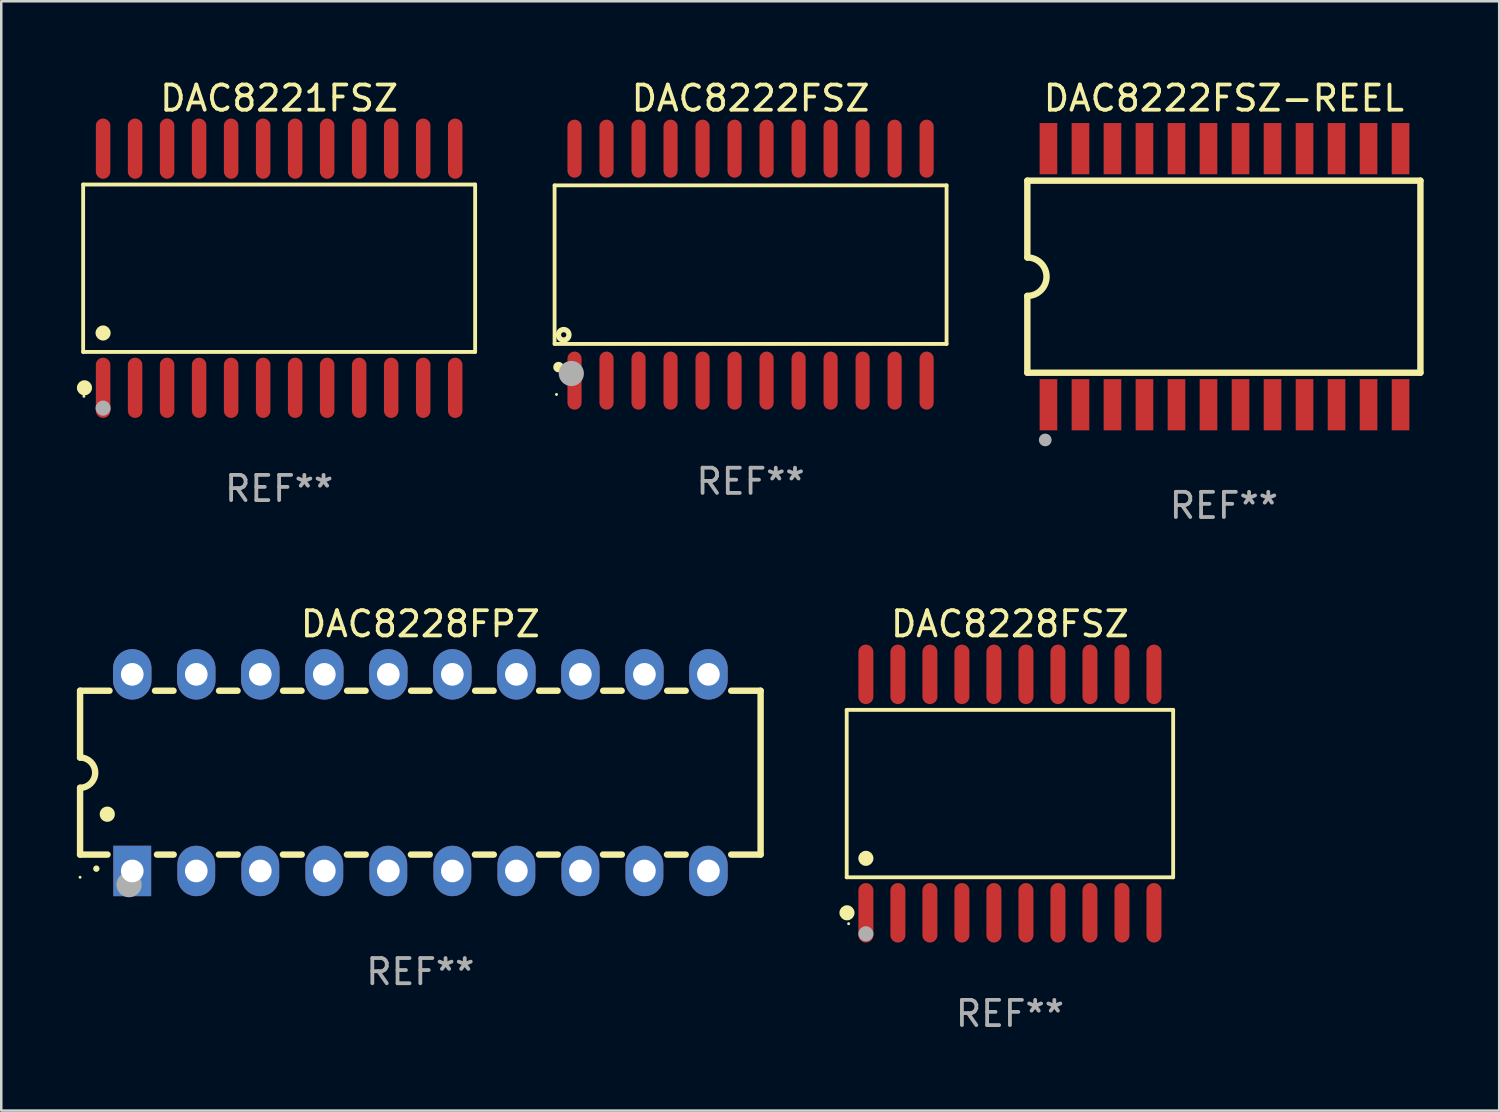
<source format=kicad_pcb>
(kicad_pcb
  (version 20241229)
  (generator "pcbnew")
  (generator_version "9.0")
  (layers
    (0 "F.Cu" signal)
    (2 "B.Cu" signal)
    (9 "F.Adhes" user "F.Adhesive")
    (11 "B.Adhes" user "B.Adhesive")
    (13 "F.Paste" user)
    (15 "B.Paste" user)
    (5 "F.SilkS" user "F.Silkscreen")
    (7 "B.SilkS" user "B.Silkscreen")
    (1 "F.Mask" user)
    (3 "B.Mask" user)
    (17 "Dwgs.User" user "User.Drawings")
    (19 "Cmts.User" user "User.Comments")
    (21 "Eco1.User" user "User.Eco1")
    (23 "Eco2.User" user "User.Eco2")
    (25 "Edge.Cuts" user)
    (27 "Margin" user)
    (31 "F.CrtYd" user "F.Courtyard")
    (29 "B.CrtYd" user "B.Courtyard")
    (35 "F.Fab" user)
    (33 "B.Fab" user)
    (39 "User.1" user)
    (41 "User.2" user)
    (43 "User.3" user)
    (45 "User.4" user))
  (footprint "DAC8222FSZ-REEL"
    (layer "F.Cu")
    (at 45.507 7.928)
    (property "Reference" "DAC8222FSZ-REEL" (at 0 -7.08 0) (layer "F.SilkS") (effects (font (size 1 1) (thickness 0.15))))
    (attr through_hole)
    (fp_line (start -7.798 -3.81) (end -7.798 -0.762) (stroke (width 0.254) (type solid)) (layer "F.SilkS"))
    (fp_line (start -7.798 3.81) (end -7.798 0.762) (stroke (width 0.254) (type solid)) (layer "F.SilkS"))
    (fp_line (start 7.798 -3.81) (end -7.798 -3.81) (stroke (width 0.254) (type solid)) (layer "F.SilkS"))
    (fp_line (start 7.798 3.81) (end -7.798 3.81) (stroke (width 0.254) (type solid)) (layer "F.SilkS"))
    (fp_line (start 7.798 3.81) (end 7.798 -3.81) (stroke (width 0.254) (type solid)) (layer "F.SilkS"))
    (fp_arc (start -7.797791 -0.762002) (mid -7.03579 -0.000001) (end -7.79779 0.762002) (stroke (width 0.254001) (type solid)) (layer "F.SilkS"))
    (fp_circle (center -7.825 3.75) (end -7.795 3.75) (stroke (width 0.06) (type solid)) (fill no) (layer "F.SilkS"))
    (fp_circle (center -7.087 6.477) (end -6.96 6.477) (stroke (width 0.254) (type solid)) (fill no) (layer "F.Fab"))
    (fp_text user "REF**" (at 0 9.08 0) (layer "F.Fab") (effects (font (size 1 1) (thickness 0.15))))
    (pad "1" smd rect (at -6.96 5.08 90) (size 2.032 0.7) (layers "F.Cu" "F.Mask" "F.Paste"))
    (pad "2" smd rect (at -5.69 5.08 90) (size 2.032 0.7) (layers "F.Cu" "F.Mask" "F.Paste"))
    (pad "3" smd rect (at -4.42 5.08 90) (size 2.032 0.7) (layers "F.Cu" "F.Mask" "F.Paste"))
    (pad "4" smd rect (at -3.15 5.08 90) (size 2.032 0.7) (layers "F.Cu" "F.Mask" "F.Paste"))
    (pad "5" smd rect (at -1.88 5.08 90) (size 2.032 0.7) (layers "F.Cu" "F.Mask" "F.Paste"))
    (pad "6" smd rect (at -0.61 5.08 90) (size 2.032 0.7) (layers "F.Cu" "F.Mask" "F.Paste"))
    (pad "7" smd rect (at 0.66 5.08 90) (size 2.032 0.7) (layers "F.Cu" "F.Mask" "F.Paste"))
    (pad "8" smd rect (at 1.93 5.08 90) (size 2.032 0.7) (layers "F.Cu" "F.Mask" "F.Paste"))
    (pad "9" smd rect (at 3.2 5.08 90) (size 2.032 0.7) (layers "F.Cu" "F.Mask" "F.Paste"))
    (pad "10" smd rect (at 4.47 5.08 90) (size 2.032 0.7) (layers "F.Cu" "F.Mask" "F.Paste"))
    (pad "11" smd rect (at 5.74 5.08 90) (size 2.032 0.7) (layers "F.Cu" "F.Mask" "F.Paste"))
    (pad "12" smd rect (at 7.01 5.08 90) (size 2.032 0.7) (layers "F.Cu" "F.Mask" "F.Paste"))
    (pad "13" smd rect (at 7.01 -5.08 90) (size 2.032 0.7) (layers "F.Cu" "F.Mask" "F.Paste"))
    (pad "14" smd rect (at 5.74 -5.08 90) (size 2.032 0.7) (layers "F.Cu" "F.Mask" "F.Paste"))
    (pad "15" smd rect (at 4.47 -5.08 90) (size 2.032 0.7) (layers "F.Cu" "F.Mask" "F.Paste"))
    (pad "16" smd rect (at 3.2 -5.08 90) (size 2.032 0.7) (layers "F.Cu" "F.Mask" "F.Paste"))
    (pad "17" smd rect (at 1.93 -5.08 90) (size 2.032 0.7) (layers "F.Cu" "F.Mask" "F.Paste"))
    (pad "18" smd rect (at 0.66 -5.08 90) (size 2.032 0.7) (layers "F.Cu" "F.Mask" "F.Paste"))
    (pad "19" smd rect (at -0.61 -5.08 90) (size 2.032 0.7) (layers "F.Cu" "F.Mask" "F.Paste"))
    (pad "20" smd rect (at -1.88 -5.08 90) (size 2.032 0.7) (layers "F.Cu" "F.Mask" "F.Paste"))
    (pad "21" smd rect (at -3.15 -5.08 90) (size 2.032 0.7) (layers "F.Cu" "F.Mask" "F.Paste"))
    (pad "22" smd rect (at -4.42 -5.08 90) (size 2.032 0.7) (layers "F.Cu" "F.Mask" "F.Paste"))
    (pad "23" smd rect (at -5.69 -5.08 90) (size 2.032 0.7) (layers "F.Cu" "F.Mask" "F.Paste"))
    (pad "24" smd rect (at -6.96 -5.08 90) (size 2.032 0.7) (layers "F.Cu" "F.Mask" "F.Paste")))
  (footprint "DAC8222FSZ"
    (layer "F.Cu")
    (at 26.729 7.45)
    (property "Reference" "DAC8222FSZ" (at 0 -6.601 0) (layer "F.SilkS") (effects (font (size 1 1) (thickness 0.15))))
    (attr through_hole)
    (fp_line (start -7.776 -3.145) (end 7.776 -3.145) (stroke (width 0.152) (type solid)) (layer "F.SilkS"))
    (fp_line (start -7.776 3.145) (end -7.776 -3.145) (stroke (width 0.152) (type solid)) (layer "F.SilkS"))
    (fp_line (start 7.776 -3.145) (end 7.776 3.145) (stroke (width 0.152) (type solid)) (layer "F.SilkS"))
    (fp_line (start 7.776 3.145) (end -7.776 3.145) (stroke (width 0.152) (type solid)) (layer "F.SilkS"))
    (fp_circle (center -7.7 5.15) (end -7.67 5.15) (stroke (width 0.06) (type solid)) (fill no) (layer "F.SilkS"))
    (fp_circle (center -7.62 4.064) (end -7.515 4.064) (stroke (width 0.209) (type solid)) (fill no) (layer "F.SilkS"))
    (fp_circle (center -7.414 2.783) (end -7.31 2.783) (stroke (width 0.209) (type solid)) (fill no) (layer "F.SilkS"))
    (fp_circle (center -7.112 4.318) (end -6.862 4.318) (stroke (width 0.5) (type solid)) (fill no) (layer "F.Fab"))
    (fp_text user "REF**" (at 0 8.601 0) (layer "F.Fab") (effects (font (size 1 1) (thickness 0.15))))
    (pad "1" smd oval (at -6.985 4.601) (size 0.56 2.303) (layers "F.Cu" "F.Mask" "F.Paste"))
    (pad "2" smd oval (at -5.715 4.601) (size 0.56 2.303) (layers "F.Cu" "F.Mask" "F.Paste"))
    (pad "3" smd oval (at -4.445 4.601) (size 0.56 2.303) (layers "F.Cu" "F.Mask" "F.Paste"))
    (pad "4" smd oval (at -3.175 4.601) (size 0.56 2.303) (layers "F.Cu" "F.Mask" "F.Paste"))
    (pad "5" smd oval (at -1.905 4.601) (size 0.56 2.303) (layers "F.Cu" "F.Mask" "F.Paste"))
    (pad "6" smd oval (at -0.635 4.601) (size 0.56 2.303) (layers "F.Cu" "F.Mask" "F.Paste"))
    (pad "7" smd oval (at 0.635 4.601) (size 0.56 2.303) (layers "F.Cu" "F.Mask" "F.Paste"))
    (pad "8" smd oval (at 1.905 4.601) (size 0.56 2.303) (layers "F.Cu" "F.Mask" "F.Paste"))
    (pad "9" smd oval (at 3.175 4.601) (size 0.56 2.303) (layers "F.Cu" "F.Mask" "F.Paste"))
    (pad "10" smd oval (at 4.445 4.601) (size 0.56 2.303) (layers "F.Cu" "F.Mask" "F.Paste"))
    (pad "11" smd oval (at 5.715 4.601) (size 0.56 2.303) (layers "F.Cu" "F.Mask" "F.Paste"))
    (pad "12" smd oval (at 6.985 4.601) (size 0.56 2.303) (layers "F.Cu" "F.Mask" "F.Paste"))
    (pad "13" smd oval (at 6.985 -4.601) (size 0.56 2.303) (layers "F.Cu" "F.Mask" "F.Paste"))
    (pad "14" smd oval (at 5.715 -4.601) (size 0.56 2.303) (layers "F.Cu" "F.Mask" "F.Paste"))
    (pad "15" smd oval (at 4.445 -4.601) (size 0.56 2.303) (layers "F.Cu" "F.Mask" "F.Paste"))
    (pad "16" smd oval (at 3.175 -4.601) (size 0.56 2.303) (layers "F.Cu" "F.Mask" "F.Paste"))
    (pad "17" smd oval (at 1.905 -4.601) (size 0.56 2.303) (layers "F.Cu" "F.Mask" "F.Paste"))
    (pad "18" smd oval (at 0.635 -4.601) (size 0.56 2.303) (layers "F.Cu" "F.Mask" "F.Paste"))
    (pad "19" smd oval (at -0.635 -4.601) (size 0.56 2.303) (layers "F.Cu" "F.Mask" "F.Paste"))
    (pad "20" smd oval (at -1.905 -4.601) (size 0.56 2.303) (layers "F.Cu" "F.Mask" "F.Paste"))
    (pad "21" smd oval (at -3.175 -4.601) (size 0.56 2.303) (layers "F.Cu" "F.Mask" "F.Paste"))
    (pad "22" smd oval (at -4.445 -4.601) (size 0.56 2.303) (layers "F.Cu" "F.Mask" "F.Paste"))
    (pad "23" smd oval (at -5.715 -4.601) (size 0.56 2.303) (layers "F.Cu" "F.Mask" "F.Paste"))
    (pad "24" smd oval (at -6.985 -4.601) (size 0.56 2.303) (layers "F.Cu" "F.Mask" "F.Paste")))
  (footprint "DAC8228FPZ"
    (layer "F.Cu")
    (at 13.627 27.605)
    (property "Reference" "DAC8228FPZ" (at 0 -5.9 0) (layer "F.SilkS") (effects (font (size 1 1) (thickness 0.15))))
    (attr through_hole)
    (fp_line (start -13.5 -3.25) (end -12.333 -3.25) (stroke (width 0.254) (type solid)) (layer "F.SilkS"))
    (fp_line (start -13.5 -0.6) (end -13.5 -3.25) (stroke (width 0.254) (type solid)) (layer "F.SilkS"))
    (fp_line (start -13.5 3.25) (end -13.5 0.6) (stroke (width 0.254) (type solid)) (layer "F.SilkS"))
    (fp_line (start -13.5 3.25) (end -12.411 3.25) (stroke (width 0.254) (type solid)) (layer "F.SilkS"))
    (fp_line (start -10.527 -3.25) (end -9.793 -3.25) (stroke (width 0.254) (type solid)) (layer "F.SilkS"))
    (fp_line (start -10.449 3.25) (end -9.786 3.25) (stroke (width 0.254) (type solid)) (layer "F.SilkS"))
    (fp_line (start -7.994 3.25) (end -7.246 3.25) (stroke (width 0.254) (type solid)) (layer "F.SilkS"))
    (fp_line (start -7.987 -3.25) (end -7.253 -3.25) (stroke (width 0.254) (type solid)) (layer "F.SilkS"))
    (fp_line (start -5.454 3.25) (end -4.706 3.25) (stroke (width 0.254) (type solid)) (layer "F.SilkS"))
    (fp_line (start -5.447 -3.25) (end -4.713 -3.25) (stroke (width 0.254) (type solid)) (layer "F.SilkS"))
    (fp_line (start -2.914 3.25) (end -2.166 3.25) (stroke (width 0.254) (type solid)) (layer "F.SilkS"))
    (fp_line (start -2.907 -3.25) (end -2.173 -3.25) (stroke (width 0.254) (type solid)) (layer "F.SilkS"))
    (fp_line (start -0.374 3.25) (end 0.374 3.25) (stroke (width 0.254) (type solid)) (layer "F.SilkS"))
    (fp_line (start -0.367 -3.25) (end 0.367 -3.25) (stroke (width 0.254) (type solid)) (layer "F.SilkS"))
    (fp_line (start 2.166 3.25) (end 2.914 3.25) (stroke (width 0.254) (type solid)) (layer "F.SilkS"))
    (fp_line (start 2.173 -3.25) (end 2.907 -3.25) (stroke (width 0.254) (type solid)) (layer "F.SilkS"))
    (fp_line (start 4.706 3.25) (end 5.454 3.25) (stroke (width 0.254) (type solid)) (layer "F.SilkS"))
    (fp_line (start 4.713 -3.25) (end 5.447 -3.25) (stroke (width 0.254) (type solid)) (layer "F.SilkS"))
    (fp_line (start 7.246 3.25) (end 7.994 3.25) (stroke (width 0.254) (type solid)) (layer "F.SilkS"))
    (fp_line (start 7.253 -3.25) (end 7.987 -3.25) (stroke (width 0.254) (type solid)) (layer "F.SilkS"))
    (fp_line (start 9.786 3.25) (end 10.527 3.25) (stroke (width 0.254) (type solid)) (layer "F.SilkS"))
    (fp_line (start 9.793 -3.25) (end 10.527 -3.25) (stroke (width 0.254) (type solid)) (layer "F.SilkS"))
    (fp_line (start 12.333 -3.25) (end 13.5 -3.25) (stroke (width 0.254) (type solid)) (layer "F.SilkS"))
    (fp_line (start 12.333 3.25) (end 13.5 3.25) (stroke (width 0.254) (type solid)) (layer "F.SilkS"))
    (fp_line (start 13.5 -3.25) (end 13.5 3.25) (stroke (width 0.254) (type solid)) (layer "F.SilkS"))
    (fp_arc (start -13.500127 -0.599442) (mid -12.900406 0.000228) (end -13.500025 0.6) (stroke (width 0.254001) (type solid)) (layer "F.SilkS"))
    (fp_arc (start -12.854966 3.810008) (mid -12.854973 3.808738) (end -12.854966 3.807468) (stroke (width 0.25) (type solid)) (layer "F.SilkS"))
    (fp_arc (start -12.420625 1.651003) (mid -12.420636 1.648463) (end -12.420625 1.645923) (stroke (width 0.6) (type solid)) (layer "F.SilkS"))
    (fp_circle (center -13.5 4.15) (end -13.47 4.15) (stroke (width 0.06) (type solid)) (fill no) (layer "F.SilkS"))
    (fp_circle (center -11.557 4.445) (end -11.307 4.445) (stroke (width 0.5) (type solid)) (fill no) (layer "F.Fab"))
    (fp_text user "REF**" (at 0 7.9 0) (layer "F.Fab") (effects (font (size 1 1) (thickness 0.15))))
    (pad "1" thru_hole rect (at -11.43 3.9 90) (size 2 1.5) (drill 0.9) (layers "*.Cu" "*.Mask"))
    (pad "2" thru_hole oval (at -8.89 3.9 90) (size 2 1.5) (drill 0.9) (layers "*.Cu" "*.Mask"))
    (pad "3" thru_hole oval (at -6.35 3.9 90) (size 2 1.5) (drill 0.9) (layers "*.Cu" "*.Mask"))
    (pad "4" thru_hole oval (at -3.81 3.9 90) (size 2 1.5) (drill 0.9) (layers "*.Cu" "*.Mask"))
    (pad "5" thru_hole oval (at -1.27 3.9 90) (size 2 1.5) (drill 0.9) (layers "*.Cu" "*.Mask"))
    (pad "6" thru_hole oval (at 1.27 3.9 90) (size 2 1.5) (drill 0.9) (layers "*.Cu" "*.Mask"))
    (pad "7" thru_hole oval (at 3.81 3.9 90) (size 2 1.5) (drill 0.9) (layers "*.Cu" "*.Mask"))
    (pad "8" thru_hole oval (at 6.35 3.9 90) (size 2 1.5) (drill 0.9) (layers "*.Cu" "*.Mask"))
    (pad "9" thru_hole oval (at 8.89 3.9 90) (size 2 1.5) (drill 0.9) (layers "*.Cu" "*.Mask"))
    (pad "10" thru_hole oval (at 11.43 3.9 90) (size 2 1.524) (drill 0.9) (layers "*.Cu" "*.Mask"))
    (pad "11" thru_hole oval (at 11.43 -3.9 90) (size 2 1.524) (drill 0.9) (layers "*.Cu" "*.Mask"))
    (pad "12" thru_hole oval (at 8.89 -3.9 90) (size 2 1.524) (drill 0.9) (layers "*.Cu" "*.Mask"))
    (pad "13" thru_hole oval (at 6.35 -3.9 90) (size 2 1.524) (drill 0.9) (layers "*.Cu" "*.Mask"))
    (pad "14" thru_hole oval (at 3.81 -3.9 90) (size 2 1.524) (drill 0.9) (layers "*.Cu" "*.Mask"))
    (pad "15" thru_hole oval (at 1.27 -3.9 90) (size 2 1.524) (drill 0.9) (layers "*.Cu" "*.Mask"))
    (pad "16" thru_hole oval (at -1.27 -3.9 90) (size 2 1.524) (drill 0.9) (layers "*.Cu" "*.Mask"))
    (pad "17" thru_hole oval (at -3.81 -3.9 90) (size 2 1.524) (drill 0.9) (layers "*.Cu" "*.Mask"))
    (pad "18" thru_hole oval (at -6.35 -3.9 90) (size 2 1.524) (drill 0.9) (layers "*.Cu" "*.Mask"))
    (pad "19" thru_hole oval (at -8.89 -3.9 90) (size 2 1.524) (drill 0.9) (layers "*.Cu" "*.Mask"))
    (pad "20" thru_hole oval (at -11.43 -3.9 90) (size 2 1.524) (drill 0.9) (layers "*.Cu" "*.Mask")))
  (footprint "DAC8221FSZ"
    (layer "F.Cu")
    (at 8.025 7.592)
    (property "Reference" "DAC8221FSZ" (at 0 -6.744 0) (layer "F.SilkS") (effects (font (size 1 1) (thickness 0.15))))
    (attr through_hole)
    (fp_line (start -7.776 -3.321) (end 7.776 -3.321) (stroke (width 0.152) (type solid)) (layer "F.SilkS"))
    (fp_line (start -7.776 3.321) (end -7.776 -3.321) (stroke (width 0.152) (type solid)) (layer "F.SilkS"))
    (fp_line (start 7.776 -3.321) (end 7.776 3.321) (stroke (width 0.152) (type solid)) (layer "F.SilkS"))
    (fp_line (start 7.776 3.321) (end -7.776 3.321) (stroke (width 0.152) (type solid)) (layer "F.SilkS"))
    (fp_circle (center -7.747 5.08) (end -7.717 5.08) (stroke (width 0.06) (type solid)) (fill no) (layer "F.SilkS"))
    (fp_circle (center -7.724 4.744) (end -7.574 4.744) (stroke (width 0.3) (type solid)) (fill no) (layer "F.SilkS"))
    (fp_circle (center -6.985 2.569) (end -6.835 2.569) (stroke (width 0.3) (type solid)) (fill no) (layer "F.SilkS"))
    (fp_circle (center -6.985 5.55) (end -6.835 5.55) (stroke (width 0.3) (type solid)) (fill no) (layer "F.Fab"))
    (fp_text user "REF**" (at 0 8.744 0) (layer "F.Fab") (effects (font (size 1 1) (thickness 0.15))))
    (pad "1" smd oval (at -6.985 4.744) (size 0.574 2.388) (layers "F.Cu" "F.Mask" "F.Paste"))
    (pad "2" smd oval (at -5.715 4.744) (size 0.574 2.388) (layers "F.Cu" "F.Mask" "F.Paste"))
    (pad "3" smd oval (at -4.445 4.744) (size 0.574 2.388) (layers "F.Cu" "F.Mask" "F.Paste"))
    (pad "4" smd oval (at -3.175 4.744) (size 0.574 2.388) (layers "F.Cu" "F.Mask" "F.Paste"))
    (pad "5" smd oval (at -1.905 4.744) (size 0.574 2.388) (layers "F.Cu" "F.Mask" "F.Paste"))
    (pad "6" smd oval (at -0.635 4.744) (size 0.574 2.388) (layers "F.Cu" "F.Mask" "F.Paste"))
    (pad "7" smd oval (at 0.635 4.744) (size 0.574 2.388) (layers "F.Cu" "F.Mask" "F.Paste"))
    (pad "8" smd oval (at 1.905 4.744) (size 0.574 2.388) (layers "F.Cu" "F.Mask" "F.Paste"))
    (pad "9" smd oval (at 3.175 4.744) (size 0.574 2.388) (layers "F.Cu" "F.Mask" "F.Paste"))
    (pad "10" smd oval (at 4.445 4.744) (size 0.574 2.388) (layers "F.Cu" "F.Mask" "F.Paste"))
    (pad "11" smd oval (at 5.715 4.744) (size 0.574 2.388) (layers "F.Cu" "F.Mask" "F.Paste"))
    (pad "12" smd oval (at 6.985 4.744) (size 0.574 2.388) (layers "F.Cu" "F.Mask" "F.Paste"))
    (pad "13" smd oval (at 6.985 -4.744) (size 0.574 2.388) (layers "F.Cu" "F.Mask" "F.Paste"))
    (pad "14" smd oval (at 5.715 -4.744) (size 0.574 2.388) (layers "F.Cu" "F.Mask" "F.Paste"))
    (pad "15" smd oval (at 4.445 -4.744) (size 0.574 2.388) (layers "F.Cu" "F.Mask" "F.Paste"))
    (pad "16" smd oval (at 3.175 -4.744) (size 0.574 2.388) (layers "F.Cu" "F.Mask" "F.Paste"))
    (pad "17" smd oval (at 1.905 -4.744) (size 0.574 2.388) (layers "F.Cu" "F.Mask" "F.Paste"))
    (pad "18" smd oval (at 0.635 -4.744) (size 0.574 2.388) (layers "F.Cu" "F.Mask" "F.Paste"))
    (pad "19" smd oval (at -0.635 -4.744) (size 0.574 2.388) (layers "F.Cu" "F.Mask" "F.Paste"))
    (pad "20" smd oval (at -1.905 -4.744) (size 0.574 2.388) (layers "F.Cu" "F.Mask" "F.Paste"))
    (pad "21" smd oval (at -3.175 -4.744) (size 0.574 2.388) (layers "F.Cu" "F.Mask" "F.Paste"))
    (pad "22" smd oval (at -4.445 -4.744) (size 0.574 2.388) (layers "F.Cu" "F.Mask" "F.Paste"))
    (pad "23" smd oval (at -5.715 -4.744) (size 0.574 2.388) (layers "F.Cu" "F.Mask" "F.Paste"))
    (pad "24" smd oval (at -6.985 -4.744) (size 0.574 2.388) (layers "F.Cu" "F.Mask" "F.Paste")))
  (footprint "DAC8228FSZ"
    (layer "F.Cu")
    (at 37.019 28.435)
    (property "Reference" "DAC8228FSZ" (at 0 -6.73 0) (layer "F.SilkS") (effects (font (size 1 1) (thickness 0.15))))
    (attr through_hole)
    (fp_line (start -6.476 -3.321) (end 6.476 -3.321) (stroke (width 0.152) (type solid)) (layer "F.SilkS"))
    (fp_line (start -6.476 3.321) (end -6.476 -3.321) (stroke (width 0.152) (type solid)) (layer "F.SilkS"))
    (fp_line (start 6.476 -3.321) (end 6.476 3.321) (stroke (width 0.152) (type solid)) (layer "F.SilkS"))
    (fp_line (start 6.476 3.321) (end -6.476 3.321) (stroke (width 0.152) (type solid)) (layer "F.SilkS"))
    (fp_circle (center -6.465 4.73) (end -6.315 4.73) (stroke (width 0.3) (type solid)) (fill no) (layer "F.SilkS"))
    (fp_circle (center -6.4 5.163) (end -6.37 5.163) (stroke (width 0.06) (type solid)) (fill no) (layer "F.SilkS"))
    (fp_circle (center -5.715 2.569) (end -5.565 2.569) (stroke (width 0.3) (type solid)) (fill no) (layer "F.SilkS"))
    (fp_circle (center -5.715 5.563) (end -5.565 5.563) (stroke (width 0.3) (type solid)) (fill no) (layer "F.Fab"))
    (fp_text user "REF**" (at 0 8.73 0) (layer "F.Fab") (effects (font (size 1 1) (thickness 0.15))))
    (pad "1" smd oval (at -5.715 4.73) (size 0.595 2.36) (layers "F.Cu" "F.Mask" "F.Paste"))
    (pad "2" smd oval (at -4.445 4.73) (size 0.595 2.36) (layers "F.Cu" "F.Mask" "F.Paste"))
    (pad "3" smd oval (at -3.175 4.73) (size 0.595 2.36) (layers "F.Cu" "F.Mask" "F.Paste"))
    (pad "4" smd oval (at -1.905 4.73) (size 0.595 2.36) (layers "F.Cu" "F.Mask" "F.Paste"))
    (pad "5" smd oval (at -0.635 4.73) (size 0.595 2.36) (layers "F.Cu" "F.Mask" "F.Paste"))
    (pad "6" smd oval (at 0.635 4.73) (size 0.595 2.36) (layers "F.Cu" "F.Mask" "F.Paste"))
    (pad "7" smd oval (at 1.905 4.73) (size 0.595 2.36) (layers "F.Cu" "F.Mask" "F.Paste"))
    (pad "8" smd oval (at 3.175 4.73) (size 0.595 2.36) (layers "F.Cu" "F.Mask" "F.Paste"))
    (pad "9" smd oval (at 4.445 4.73) (size 0.595 2.36) (layers "F.Cu" "F.Mask" "F.Paste"))
    (pad "10" smd oval (at 5.715 4.73) (size 0.595 2.36) (layers "F.Cu" "F.Mask" "F.Paste"))
    (pad "11" smd oval (at 5.715 -4.73) (size 0.595 2.36) (layers "F.Cu" "F.Mask" "F.Paste"))
    (pad "12" smd oval (at 4.445 -4.73) (size 0.595 2.36) (layers "F.Cu" "F.Mask" "F.Paste"))
    (pad "13" smd oval (at 3.175 -4.73) (size 0.595 2.36) (layers "F.Cu" "F.Mask" "F.Paste"))
    (pad "14" smd oval (at 1.905 -4.73) (size 0.595 2.36) (layers "F.Cu" "F.Mask" "F.Paste"))
    (pad "15" smd oval (at 0.635 -4.73) (size 0.595 2.36) (layers "F.Cu" "F.Mask" "F.Paste"))
    (pad "16" smd oval (at -0.635 -4.73) (size 0.595 2.36) (layers "F.Cu" "F.Mask" "F.Paste"))
    (pad "17" smd oval (at -1.905 -4.73) (size 0.595 2.36) (layers "F.Cu" "F.Mask" "F.Paste"))
    (pad "18" smd oval (at -3.175 -4.73) (size 0.595 2.36) (layers "F.Cu" "F.Mask" "F.Paste"))
    (pad "19" smd oval (at -4.445 -4.73) (size 0.595 2.36) (layers "F.Cu" "F.Mask" "F.Paste"))
    (pad "20" smd oval (at -5.715 -4.73) (size 0.595 2.36) (layers "F.Cu" "F.Mask" "F.Paste")))
  (gr_rect
    (start -3 -3)
    (end 56.431 41.013)
    (stroke (width 0.1) (type default))
    (fill no)
    (layer "Edge.Cuts")))
</source>
